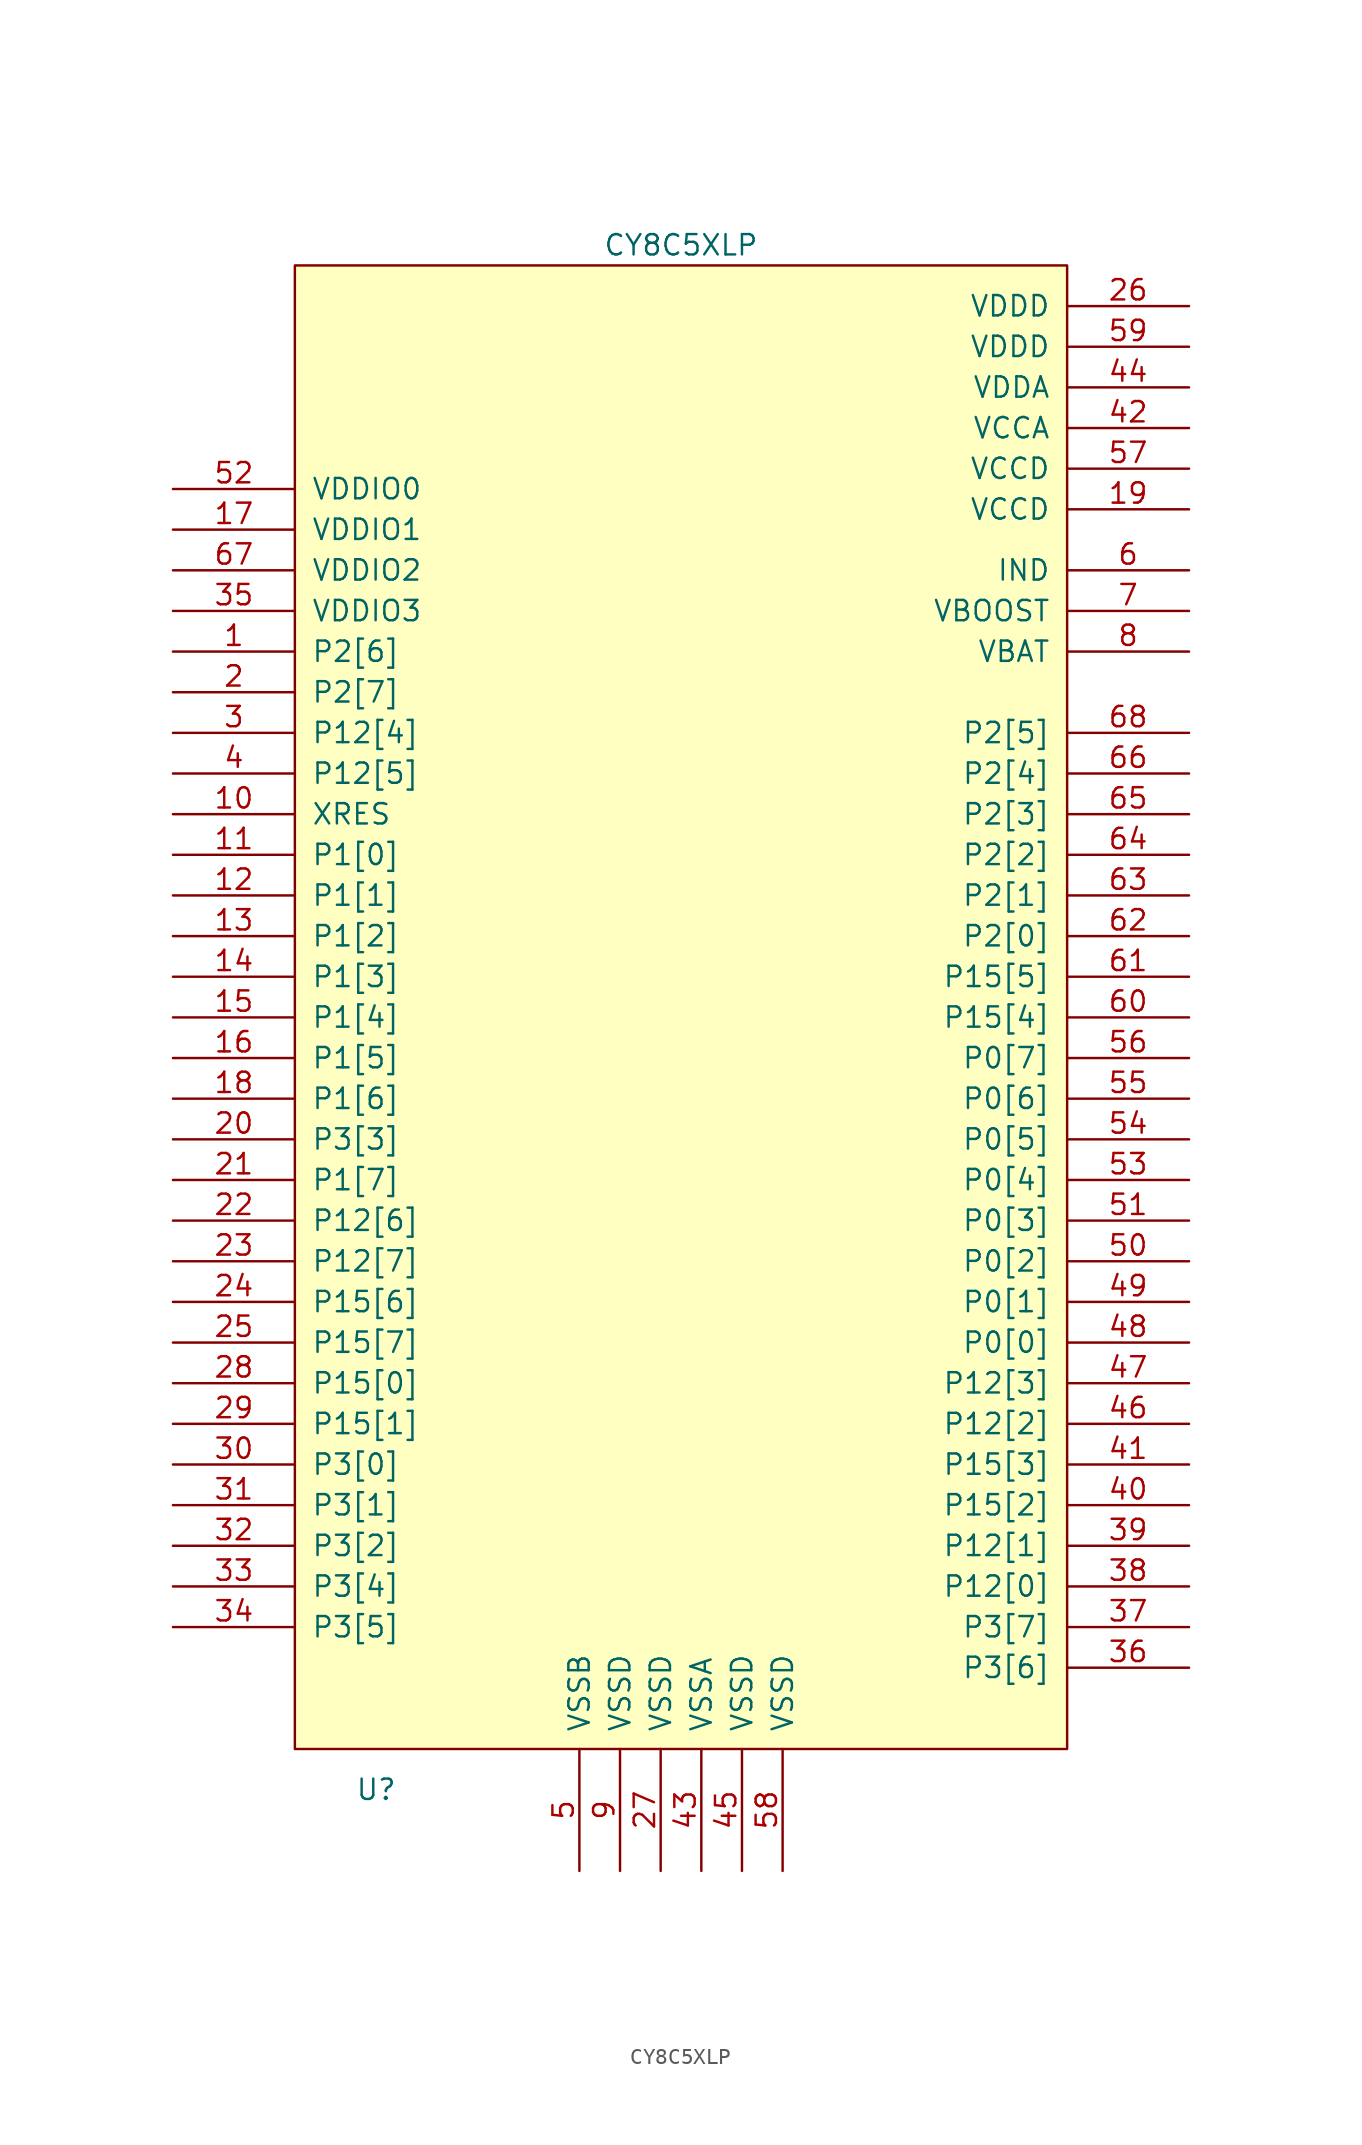
<source format=kicad_sym>
(kicad_symbol_lib
  (version 20220914)
  (generator kicad_symbol_editor)
  (symbol "CY8C5XLP"
    (pin_names
      (offset 1.016))
    (property "Reference" "U"
      (at -19.05 -49.53 0)
      (effects (font (size 1.27 1.27))))
    (property "Value" "CY8C5XLP"
      (at 0 46.99 0)
      (effects (font (size 1.27 1.27))))
    (symbol "CY8C5XLP_1_0"
      (rectangle (start 24.13 45.72) (end -24.13 -46.99) (stroke (width 0) (type solid)) (fill (type background))))
    (symbol "CY8C5XLP_1_1"
      (pin bidirectional line (at -31.75 21.59 0) (length 7.62) (name "P2[6]" (effects (font (size 1.27 1.27)))) (number "1" (effects (font (size 1.27 1.27)))))
      (pin bidirectional line (at -31.75 11.43 0) (length 7.62) (name "XRES" (effects (font (size 1.27 1.27)))) (number "10" (effects (font (size 1.27 1.27)))))
      (pin bidirectional line (at -31.75 8.89 0) (length 7.62) (name "P1[0]" (effects (font (size 1.27 1.27)))) (number "11" (effects (font (size 1.27 1.27)))))
      (pin bidirectional line (at -31.75 6.35 0) (length 7.62) (name "P1[1]" (effects (font (size 1.27 1.27)))) (number "12" (effects (font (size 1.27 1.27)))))
      (pin bidirectional line (at -31.75 3.81 0) (length 7.62) (name "P1[2]" (effects (font (size 1.27 1.27)))) (number "13" (effects (font (size 1.27 1.27)))))
      (pin bidirectional line (at -31.75 1.27 0) (length 7.62) (name "P1[3]" (effects (font (size 1.27 1.27)))) (number "14" (effects (font (size 1.27 1.27)))))
      (pin bidirectional line (at -31.75 -1.27 0) (length 7.62) (name "P1[4]" (effects (font (size 1.27 1.27)))) (number "15" (effects (font (size 1.27 1.27)))))
      (pin bidirectional line (at -31.75 -3.81 0) (length 7.62) (name "P1[5]" (effects (font (size 1.27 1.27)))) (number "16" (effects (font (size 1.27 1.27)))))
      (pin power_in line (at -31.75 29.21 0) (length 7.62) (name "VDDIO1" (effects (font (size 1.27 1.27)))) (number "17" (effects (font (size 1.27 1.27)))))
      (pin bidirectional line (at -31.75 -6.35 0) (length 7.62) (name "P1[6]" (effects (font (size 1.27 1.27)))) (number "18" (effects (font (size 1.27 1.27)))))
      (pin power_in line (at 31.75 30.48 180) (length 7.62) (name "VCCD" (effects (font (size 1.27 1.27)))) (number "19" (effects (font (size 1.27 1.27)))))
      (pin bidirectional line (at -31.75 19.05 0) (length 7.62) (name "P2[7]" (effects (font (size 1.27 1.27)))) (number "2" (effects (font (size 1.27 1.27)))))
      (pin bidirectional line (at -31.75 -8.89 0) (length 7.62) (name "P3[3]" (effects (font (size 1.27 1.27)))) (number "20" (effects (font (size 1.27 1.27)))))
      (pin bidirectional line (at -31.75 -11.43 0) (length 7.62) (name "P1[7]" (effects (font (size 1.27 1.27)))) (number "21" (effects (font (size 1.27 1.27)))))
      (pin bidirectional line (at -31.75 -13.97 0) (length 7.62) (name "P12[6]" (effects (font (size 1.27 1.27)))) (number "22" (effects (font (size 1.27 1.27)))))
      (pin bidirectional line (at -31.75 -16.51 0) (length 7.62) (name "P12[7]" (effects (font (size 1.27 1.27)))) (number "23" (effects (font (size 1.27 1.27)))))
      (pin bidirectional line (at -31.75 -19.05 0) (length 7.62) (name "P15[6]" (effects (font (size 1.27 1.27)))) (number "24" (effects (font (size 1.27 1.27)))))
      (pin bidirectional line (at -31.75 -21.59 0) (length 7.62) (name "P15[7]" (effects (font (size 1.27 1.27)))) (number "25" (effects (font (size 1.27 1.27)))))
      (pin power_in line (at 31.75 43.18 180) (length 7.62) (name "VDDD" (effects (font (size 1.27 1.27)))) (number "26" (effects (font (size 1.27 1.27)))))
      (pin power_in line (at -1.27 -54.61 90) (length 7.62) (name "VSSD" (effects (font (size 1.27 1.27)))) (number "27" (effects (font (size 1.27 1.27)))))
      (pin bidirectional line (at -31.75 -24.13 0) (length 7.62) (name "P15[0]" (effects (font (size 1.27 1.27)))) (number "28" (effects (font (size 1.27 1.27)))))
      (pin bidirectional line (at -31.75 -26.67 0) (length 7.62) (name "P15[1]" (effects (font (size 1.27 1.27)))) (number "29" (effects (font (size 1.27 1.27)))))
      (pin bidirectional line (at -31.75 16.51 0) (length 7.62) (name "P12[4]" (effects (font (size 1.27 1.27)))) (number "3" (effects (font (size 1.27 1.27)))))
      (pin bidirectional line (at -31.75 -29.21 0) (length 7.62) (name "P3[0]" (effects (font (size 1.27 1.27)))) (number "30" (effects (font (size 1.27 1.27)))))
      (pin bidirectional line (at -31.75 -31.75 0) (length 7.62) (name "P3[1]" (effects (font (size 1.27 1.27)))) (number "31" (effects (font (size 1.27 1.27)))))
      (pin bidirectional line (at -31.75 -34.29 0) (length 7.62) (name "P3[2]" (effects (font (size 1.27 1.27)))) (number "32" (effects (font (size 1.27 1.27)))))
      (pin bidirectional line (at -31.75 -36.83 0) (length 7.62) (name "P3[4]" (effects (font (size 1.27 1.27)))) (number "33" (effects (font (size 1.27 1.27)))))
      (pin bidirectional line (at -31.75 -39.37 0) (length 7.62) (name "P3[5]" (effects (font (size 1.27 1.27)))) (number "34" (effects (font (size 1.27 1.27)))))
      (pin power_in line (at -31.75 24.13 0) (length 7.62) (name "VDDIO3" (effects (font (size 1.27 1.27)))) (number "35" (effects (font (size 1.27 1.27)))))
      (pin bidirectional line (at 31.75 -41.91 180) (length 7.62) (name "P3[6]" (effects (font (size 1.27 1.27)))) (number "36" (effects (font (size 1.27 1.27)))))
      (pin bidirectional line (at 31.75 -39.37 180) (length 7.62) (name "P3[7]" (effects (font (size 1.27 1.27)))) (number "37" (effects (font (size 1.27 1.27)))))
      (pin bidirectional line (at 31.75 -36.83 180) (length 7.62) (name "P12[0]" (effects (font (size 1.27 1.27)))) (number "38" (effects (font (size 1.27 1.27)))))
      (pin bidirectional line (at 31.75 -34.29 180) (length 7.62) (name "P12[1]" (effects (font (size 1.27 1.27)))) (number "39" (effects (font (size 1.27 1.27)))))
      (pin bidirectional line (at -31.75 13.97 0) (length 7.62) (name "P12[5]" (effects (font (size 1.27 1.27)))) (number "4" (effects (font (size 1.27 1.27)))))
      (pin bidirectional line (at 31.75 -31.75 180) (length 7.62) (name "P15[2]" (effects (font (size 1.27 1.27)))) (number "40" (effects (font (size 1.27 1.27)))))
      (pin bidirectional line (at 31.75 -29.21 180) (length 7.62) (name "P15[3]" (effects (font (size 1.27 1.27)))) (number "41" (effects (font (size 1.27 1.27)))))
      (pin power_in line (at 31.75 35.56 180) (length 7.62) (name "VCCA" (effects (font (size 1.27 1.27)))) (number "42" (effects (font (size 1.27 1.27)))))
      (pin power_in line (at 1.27 -54.61 90) (length 7.62) (name "VSSA" (effects (font (size 1.27 1.27)))) (number "43" (effects (font (size 1.27 1.27)))))
      (pin power_in line (at 31.75 38.1 180) (length 7.62) (name "VDDA" (effects (font (size 1.27 1.27)))) (number "44" (effects (font (size 1.27 1.27)))))
      (pin power_in line (at 3.81 -54.61 90) (length 7.62) (name "VSSD" (effects (font (size 1.27 1.27)))) (number "45" (effects (font (size 1.27 1.27)))))
      (pin bidirectional line (at 31.75 -26.67 180) (length 7.62) (name "P12[2]" (effects (font (size 1.27 1.27)))) (number "46" (effects (font (size 1.27 1.27)))))
      (pin bidirectional line (at 31.75 -24.13 180) (length 7.62) (name "P12[3]" (effects (font (size 1.27 1.27)))) (number "47" (effects (font (size 1.27 1.27)))))
      (pin bidirectional line (at 31.75 -21.59 180) (length 7.62) (name "P0[0]" (effects (font (size 1.27 1.27)))) (number "48" (effects (font (size 1.27 1.27)))))
      (pin bidirectional line (at 31.75 -19.05 180) (length 7.62) (name "P0[1]" (effects (font (size 1.27 1.27)))) (number "49" (effects (font (size 1.27 1.27)))))
      (pin power_in line (at -6.35 -54.61 90) (length 7.62) (name "VSSB" (effects (font (size 1.27 1.27)))) (number "5" (effects (font (size 1.27 1.27)))))
      (pin bidirectional line (at 31.75 -16.51 180) (length 7.62) (name "P0[2]" (effects (font (size 1.27 1.27)))) (number "50" (effects (font (size 1.27 1.27)))))
      (pin bidirectional line (at 31.75 -13.97 180) (length 7.62) (name "P0[3]" (effects (font (size 1.27 1.27)))) (number "51" (effects (font (size 1.27 1.27)))))
      (pin power_in line (at -31.75 31.75 0) (length 7.62) (name "VDDIO0" (effects (font (size 1.27 1.27)))) (number "52" (effects (font (size 1.27 1.27)))))
      (pin bidirectional line (at 31.75 -11.43 180) (length 7.62) (name "P0[4]" (effects (font (size 1.27 1.27)))) (number "53" (effects (font (size 1.27 1.27)))))
      (pin bidirectional line (at 31.75 -8.89 180) (length 7.62) (name "P0[5]" (effects (font (size 1.27 1.27)))) (number "54" (effects (font (size 1.27 1.27)))))
      (pin bidirectional line (at 31.75 -6.35 180) (length 7.62) (name "P0[6]" (effects (font (size 1.27 1.27)))) (number "55" (effects (font (size 1.27 1.27)))))
      (pin bidirectional line (at 31.75 -3.81 180) (length 7.62) (name "P0[7]" (effects (font (size 1.27 1.27)))) (number "56" (effects (font (size 1.27 1.27)))))
      (pin power_in line (at 31.75 33.02 180) (length 7.62) (name "VCCD" (effects (font (size 1.27 1.27)))) (number "57" (effects (font (size 1.27 1.27)))))
      (pin power_in line (at 6.35 -54.61 90) (length 7.62) (name "VSSD" (effects (font (size 1.27 1.27)))) (number "58" (effects (font (size 1.27 1.27)))))
      (pin power_in line (at 31.75 40.64 180) (length 7.62) (name "VDDD" (effects (font (size 1.27 1.27)))) (number "59" (effects (font (size 1.27 1.27)))))
      (pin bidirectional line (at 31.75 26.67 180) (length 7.62) (name "IND" (effects (font (size 1.27 1.27)))) (number "6" (effects (font (size 1.27 1.27)))))
      (pin bidirectional line (at 31.75 -1.27 180) (length 7.62) (name "P15[4]" (effects (font (size 1.27 1.27)))) (number "60" (effects (font (size 1.27 1.27)))))
      (pin bidirectional line (at 31.75 1.27 180) (length 7.62) (name "P15[5]" (effects (font (size 1.27 1.27)))) (number "61" (effects (font (size 1.27 1.27)))))
      (pin bidirectional line (at 31.75 3.81 180) (length 7.62) (name "P2[0]" (effects (font (size 1.27 1.27)))) (number "62" (effects (font (size 1.27 1.27)))))
      (pin bidirectional line (at 31.75 6.35 180) (length 7.62) (name "P2[1]" (effects (font (size 1.27 1.27)))) (number "63" (effects (font (size 1.27 1.27)))))
      (pin bidirectional line (at 31.75 8.89 180) (length 7.62) (name "P2[2]" (effects (font (size 1.27 1.27)))) (number "64" (effects (font (size 1.27 1.27)))))
      (pin bidirectional line (at 31.75 11.43 180) (length 7.62) (name "P2[3]" (effects (font (size 1.27 1.27)))) (number "65" (effects (font (size 1.27 1.27)))))
      (pin bidirectional line (at 31.75 13.97 180) (length 7.62) (name "P2[4]" (effects (font (size 1.27 1.27)))) (number "66" (effects (font (size 1.27 1.27)))))
      (pin power_in line (at -31.75 26.67 0) (length 7.62) (name "VDDIO2" (effects (font (size 1.27 1.27)))) (number "67" (effects (font (size 1.27 1.27)))))
      (pin bidirectional line (at 31.75 16.51 180) (length 7.62) (name "P2[5]" (effects (font (size 1.27 1.27)))) (number "68" (effects (font (size 1.27 1.27)))))
      (pin bidirectional line (at 31.75 24.13 180) (length 7.62) (name "VBOOST" (effects (font (size 1.27 1.27)))) (number "7" (effects (font (size 1.27 1.27)))))
      (pin bidirectional line (at 31.75 21.59 180) (length 7.62) (name "VBAT" (effects (font (size 1.27 1.27)))) (number "8" (effects (font (size 1.27 1.27)))))
      (pin power_in line (at -3.81 -54.61 90) (length 7.62) (name "VSSD" (effects (font (size 1.27 1.27)))) (number "9" (effects (font (size 1.27 1.27))))))))
</source>
